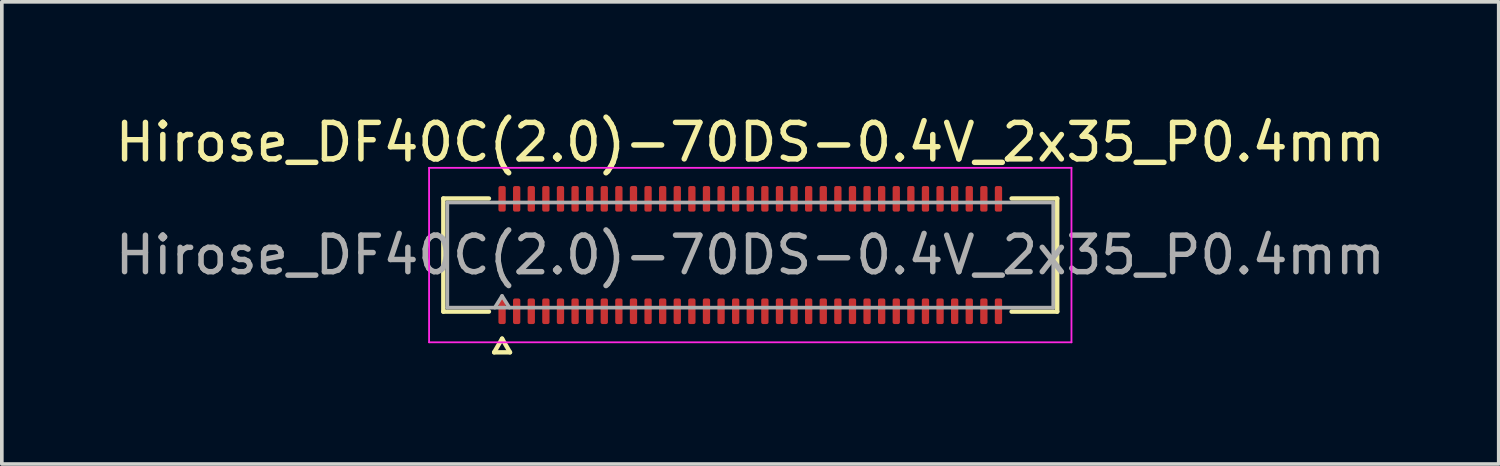
<source format=kicad_pcb>
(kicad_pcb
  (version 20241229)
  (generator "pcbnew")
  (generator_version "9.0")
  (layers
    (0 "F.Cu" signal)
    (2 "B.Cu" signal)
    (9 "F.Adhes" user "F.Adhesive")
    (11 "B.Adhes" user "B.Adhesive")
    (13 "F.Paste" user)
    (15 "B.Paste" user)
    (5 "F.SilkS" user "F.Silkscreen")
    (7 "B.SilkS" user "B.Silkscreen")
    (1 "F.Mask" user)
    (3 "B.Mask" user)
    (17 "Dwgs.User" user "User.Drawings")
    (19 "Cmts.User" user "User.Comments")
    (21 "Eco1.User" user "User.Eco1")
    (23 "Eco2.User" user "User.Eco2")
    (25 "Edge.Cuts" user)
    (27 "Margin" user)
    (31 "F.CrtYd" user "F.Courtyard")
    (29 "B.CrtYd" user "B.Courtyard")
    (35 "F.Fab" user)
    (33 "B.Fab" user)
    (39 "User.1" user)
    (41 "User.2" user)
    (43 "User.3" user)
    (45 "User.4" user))
  (footprint "Hirose_DF40C(2.0)-70DS-0.4V_2x35_P0.4mm"
    (layer "F.Cu")
    (at 17.506 3.938)
    (property "Reference" "Hirose_DF40C(2.0)-70DS-0.4V_2x35_P0.4mm" (at 0 -3.09 0) (layer "F.SilkS") (effects (font (size 1 1) (thickness 0.15))))
    (attr smd)
    (fp_line (start -8.41 -1.55) (end -7.16 -1.55) (stroke (width 0.12) (type solid)) (layer "F.SilkS"))
    (fp_line (start -8.41 1.55) (end -8.41 -1.55) (stroke (width 0.12) (type solid)) (layer "F.SilkS"))
    (fp_line (start -7.16 1.55) (end -8.41 1.55) (stroke (width 0.12) (type solid)) (layer "F.SilkS"))
    (fp_line (start -7.017 2.665) (end -6.8 2.29) (stroke (width 0.12) (type solid)) (layer "F.SilkS"))
    (fp_line (start -6.8 2.29) (end -6.583 2.665) (stroke (width 0.12) (type solid)) (layer "F.SilkS"))
    (fp_line (start -6.583 2.665) (end -7.017 2.665) (stroke (width 0.12) (type solid)) (layer "F.SilkS"))
    (fp_line (start 7.16 -1.55) (end 8.41 -1.55) (stroke (width 0.12) (type solid)) (layer "F.SilkS"))
    (fp_line (start 8.41 -1.55) (end 8.41 1.55) (stroke (width 0.12) (type solid)) (layer "F.SilkS"))
    (fp_line (start 8.41 1.55) (end 7.16 1.55) (stroke (width 0.12) (type solid)) (layer "F.SilkS"))
    (fp_line (start -8.8 -2.39) (end -8.8 2.39) (stroke (width 0.05) (type solid)) (layer "F.CrtYd"))
    (fp_line (start -8.8 2.39) (end 8.8 2.39) (stroke (width 0.05) (type solid)) (layer "F.CrtYd"))
    (fp_line (start 8.8 -2.39) (end -8.8 -2.39) (stroke (width 0.05) (type solid)) (layer "F.CrtYd"))
    (fp_line (start 8.8 2.39) (end 8.8 -2.39) (stroke (width 0.05) (type solid)) (layer "F.CrtYd"))
    (fp_line (start -8.3 -1.44) (end 8.3 -1.44) (stroke (width 0.1) (type solid)) (layer "F.Fab"))
    (fp_line (start -8.3 1.44) (end -8.3 -1.44) (stroke (width 0.1) (type solid)) (layer "F.Fab"))
    (fp_line (start -7 1.44) (end -6.8 1.12) (stroke (width 0.1) (type solid)) (layer "F.Fab"))
    (fp_line (start -6.8 1.12) (end -6.6 1.44) (stroke (width 0.1) (type solid)) (layer "F.Fab"))
    (fp_line (start 8.3 -1.44) (end 8.3 1.44) (stroke (width 0.1) (type solid)) (layer "F.Fab"))
    (fp_line (start 8.3 1.44) (end -8.3 1.44) (stroke (width 0.1) (type solid)) (layer "F.Fab"))
    (fp_text user "${REFERENCE}" (at 0 0 0) (layer "F.Fab") (effects (font (size 1 1) (thickness 0.15))))
    (pad "1" smd roundrect (at -6.8 1.54) (size 0.2 0.7) (layers "F.Cu" "F.Mask" "F.Paste") (roundrect_rratio 0.25))
    (pad "2" smd roundrect (at -6.8 -1.54) (size 0.2 0.7) (layers "F.Cu" "F.Mask" "F.Paste") (roundrect_rratio 0.25))
    (pad "3" smd roundrect (at -6.4 1.54) (size 0.2 0.7) (layers "F.Cu" "F.Mask" "F.Paste") (roundrect_rratio 0.25))
    (pad "4" smd roundrect (at -6.4 -1.54) (size 0.2 0.7) (layers "F.Cu" "F.Mask" "F.Paste") (roundrect_rratio 0.25))
    (pad "5" smd roundrect (at -6 1.54) (size 0.2 0.7) (layers "F.Cu" "F.Mask" "F.Paste") (roundrect_rratio 0.25))
    (pad "6" smd roundrect (at -6 -1.54) (size 0.2 0.7) (layers "F.Cu" "F.Mask" "F.Paste") (roundrect_rratio 0.25))
    (pad "7" smd roundrect (at -5.6 1.54) (size 0.2 0.7) (layers "F.Cu" "F.Mask" "F.Paste") (roundrect_rratio 0.25))
    (pad "8" smd roundrect (at -5.6 -1.54) (size 0.2 0.7) (layers "F.Cu" "F.Mask" "F.Paste") (roundrect_rratio 0.25))
    (pad "9" smd roundrect (at -5.2 1.54) (size 0.2 0.7) (layers "F.Cu" "F.Mask" "F.Paste") (roundrect_rratio 0.25))
    (pad "10" smd roundrect (at -5.2 -1.54) (size 0.2 0.7) (layers "F.Cu" "F.Mask" "F.Paste") (roundrect_rratio 0.25))
    (pad "11" smd roundrect (at -4.8 1.54) (size 0.2 0.7) (layers "F.Cu" "F.Mask" "F.Paste") (roundrect_rratio 0.25))
    (pad "12" smd roundrect (at -4.8 -1.54) (size 0.2 0.7) (layers "F.Cu" "F.Mask" "F.Paste") (roundrect_rratio 0.25))
    (pad "13" smd roundrect (at -4.4 1.54) (size 0.2 0.7) (layers "F.Cu" "F.Mask" "F.Paste") (roundrect_rratio 0.25))
    (pad "14" smd roundrect (at -4.4 -1.54) (size 0.2 0.7) (layers "F.Cu" "F.Mask" "F.Paste") (roundrect_rratio 0.25))
    (pad "15" smd roundrect (at -4 1.54) (size 0.2 0.7) (layers "F.Cu" "F.Mask" "F.Paste") (roundrect_rratio 0.25))
    (pad "16" smd roundrect (at -4 -1.54) (size 0.2 0.7) (layers "F.Cu" "F.Mask" "F.Paste") (roundrect_rratio 0.25))
    (pad "17" smd roundrect (at -3.6 1.54) (size 0.2 0.7) (layers "F.Cu" "F.Mask" "F.Paste") (roundrect_rratio 0.25))
    (pad "18" smd roundrect (at -3.6 -1.54) (size 0.2 0.7) (layers "F.Cu" "F.Mask" "F.Paste") (roundrect_rratio 0.25))
    (pad "19" smd roundrect (at -3.2 1.54) (size 0.2 0.7) (layers "F.Cu" "F.Mask" "F.Paste") (roundrect_rratio 0.25))
    (pad "20" smd roundrect (at -3.2 -1.54) (size 0.2 0.7) (layers "F.Cu" "F.Mask" "F.Paste") (roundrect_rratio 0.25))
    (pad "21" smd roundrect (at -2.8 1.54) (size 0.2 0.7) (layers "F.Cu" "F.Mask" "F.Paste") (roundrect_rratio 0.25))
    (pad "22" smd roundrect (at -2.8 -1.54) (size 0.2 0.7) (layers "F.Cu" "F.Mask" "F.Paste") (roundrect_rratio 0.25))
    (pad "23" smd roundrect (at -2.4 1.54) (size 0.2 0.7) (layers "F.Cu" "F.Mask" "F.Paste") (roundrect_rratio 0.25))
    (pad "24" smd roundrect (at -2.4 -1.54) (size 0.2 0.7) (layers "F.Cu" "F.Mask" "F.Paste") (roundrect_rratio 0.25))
    (pad "25" smd roundrect (at -2 1.54) (size 0.2 0.7) (layers "F.Cu" "F.Mask" "F.Paste") (roundrect_rratio 0.25))
    (pad "26" smd roundrect (at -2 -1.54) (size 0.2 0.7) (layers "F.Cu" "F.Mask" "F.Paste") (roundrect_rratio 0.25))
    (pad "27" smd roundrect (at -1.6 1.54) (size 0.2 0.7) (layers "F.Cu" "F.Mask" "F.Paste") (roundrect_rratio 0.25))
    (pad "28" smd roundrect (at -1.6 -1.54) (size 0.2 0.7) (layers "F.Cu" "F.Mask" "F.Paste") (roundrect_rratio 0.25))
    (pad "29" smd roundrect (at -1.2 1.54) (size 0.2 0.7) (layers "F.Cu" "F.Mask" "F.Paste") (roundrect_rratio 0.25))
    (pad "30" smd roundrect (at -1.2 -1.54) (size 0.2 0.7) (layers "F.Cu" "F.Mask" "F.Paste") (roundrect_rratio 0.25))
    (pad "31" smd roundrect (at -0.8 1.54) (size 0.2 0.7) (layers "F.Cu" "F.Mask" "F.Paste") (roundrect_rratio 0.25))
    (pad "32" smd roundrect (at -0.8 -1.54) (size 0.2 0.7) (layers "F.Cu" "F.Mask" "F.Paste") (roundrect_rratio 0.25))
    (pad "33" smd roundrect (at -0.4 1.54) (size 0.2 0.7) (layers "F.Cu" "F.Mask" "F.Paste") (roundrect_rratio 0.25))
    (pad "34" smd roundrect (at -0.4 -1.54) (size 0.2 0.7) (layers "F.Cu" "F.Mask" "F.Paste") (roundrect_rratio 0.25))
    (pad "35" smd roundrect (at 0 1.54) (size 0.2 0.7) (layers "F.Cu" "F.Mask" "F.Paste") (roundrect_rratio 0.25))
    (pad "36" smd roundrect (at 0 -1.54) (size 0.2 0.7) (layers "F.Cu" "F.Mask" "F.Paste") (roundrect_rratio 0.25))
    (pad "37" smd roundrect (at 0.4 1.54) (size 0.2 0.7) (layers "F.Cu" "F.Mask" "F.Paste") (roundrect_rratio 0.25))
    (pad "38" smd roundrect (at 0.4 -1.54) (size 0.2 0.7) (layers "F.Cu" "F.Mask" "F.Paste") (roundrect_rratio 0.25))
    (pad "39" smd roundrect (at 0.8 1.54) (size 0.2 0.7) (layers "F.Cu" "F.Mask" "F.Paste") (roundrect_rratio 0.25))
    (pad "40" smd roundrect (at 0.8 -1.54) (size 0.2 0.7) (layers "F.Cu" "F.Mask" "F.Paste") (roundrect_rratio 0.25))
    (pad "41" smd roundrect (at 1.2 1.54) (size 0.2 0.7) (layers "F.Cu" "F.Mask" "F.Paste") (roundrect_rratio 0.25))
    (pad "42" smd roundrect (at 1.2 -1.54) (size 0.2 0.7) (layers "F.Cu" "F.Mask" "F.Paste") (roundrect_rratio 0.25))
    (pad "43" smd roundrect (at 1.6 1.54) (size 0.2 0.7) (layers "F.Cu" "F.Mask" "F.Paste") (roundrect_rratio 0.25))
    (pad "44" smd roundrect (at 1.6 -1.54) (size 0.2 0.7) (layers "F.Cu" "F.Mask" "F.Paste") (roundrect_rratio 0.25))
    (pad "45" smd roundrect (at 2 1.54) (size 0.2 0.7) (layers "F.Cu" "F.Mask" "F.Paste") (roundrect_rratio 0.25))
    (pad "46" smd roundrect (at 2 -1.54) (size 0.2 0.7) (layers "F.Cu" "F.Mask" "F.Paste") (roundrect_rratio 0.25))
    (pad "47" smd roundrect (at 2.4 1.54) (size 0.2 0.7) (layers "F.Cu" "F.Mask" "F.Paste") (roundrect_rratio 0.25))
    (pad "48" smd roundrect (at 2.4 -1.54) (size 0.2 0.7) (layers "F.Cu" "F.Mask" "F.Paste") (roundrect_rratio 0.25))
    (pad "49" smd roundrect (at 2.8 1.54) (size 0.2 0.7) (layers "F.Cu" "F.Mask" "F.Paste") (roundrect_rratio 0.25))
    (pad "50" smd roundrect (at 2.8 -1.54) (size 0.2 0.7) (layers "F.Cu" "F.Mask" "F.Paste") (roundrect_rratio 0.25))
    (pad "51" smd roundrect (at 3.2 1.54) (size 0.2 0.7) (layers "F.Cu" "F.Mask" "F.Paste") (roundrect_rratio 0.25))
    (pad "52" smd roundrect (at 3.2 -1.54) (size 0.2 0.7) (layers "F.Cu" "F.Mask" "F.Paste") (roundrect_rratio 0.25))
    (pad "53" smd roundrect (at 3.6 1.54) (size 0.2 0.7) (layers "F.Cu" "F.Mask" "F.Paste") (roundrect_rratio 0.25))
    (pad "54" smd roundrect (at 3.6 -1.54) (size 0.2 0.7) (layers "F.Cu" "F.Mask" "F.Paste") (roundrect_rratio 0.25))
    (pad "55" smd roundrect (at 4 1.54) (size 0.2 0.7) (layers "F.Cu" "F.Mask" "F.Paste") (roundrect_rratio 0.25))
    (pad "56" smd roundrect (at 4 -1.54) (size 0.2 0.7) (layers "F.Cu" "F.Mask" "F.Paste") (roundrect_rratio 0.25))
    (pad "57" smd roundrect (at 4.4 1.54) (size 0.2 0.7) (layers "F.Cu" "F.Mask" "F.Paste") (roundrect_rratio 0.25))
    (pad "58" smd roundrect (at 4.4 -1.54) (size 0.2 0.7) (layers "F.Cu" "F.Mask" "F.Paste") (roundrect_rratio 0.25))
    (pad "59" smd roundrect (at 4.8 1.54) (size 0.2 0.7) (layers "F.Cu" "F.Mask" "F.Paste") (roundrect_rratio 0.25))
    (pad "60" smd roundrect (at 4.8 -1.54) (size 0.2 0.7) (layers "F.Cu" "F.Mask" "F.Paste") (roundrect_rratio 0.25))
    (pad "61" smd roundrect (at 5.2 1.54) (size 0.2 0.7) (layers "F.Cu" "F.Mask" "F.Paste") (roundrect_rratio 0.25))
    (pad "62" smd roundrect (at 5.2 -1.54) (size 0.2 0.7) (layers "F.Cu" "F.Mask" "F.Paste") (roundrect_rratio 0.25))
    (pad "63" smd roundrect (at 5.6 1.54) (size 0.2 0.7) (layers "F.Cu" "F.Mask" "F.Paste") (roundrect_rratio 0.25))
    (pad "64" smd roundrect (at 5.6 -1.54) (size 0.2 0.7) (layers "F.Cu" "F.Mask" "F.Paste") (roundrect_rratio 0.25))
    (pad "65" smd roundrect (at 6 1.54) (size 0.2 0.7) (layers "F.Cu" "F.Mask" "F.Paste") (roundrect_rratio 0.25))
    (pad "66" smd roundrect (at 6 -1.54) (size 0.2 0.7) (layers "F.Cu" "F.Mask" "F.Paste") (roundrect_rratio 0.25))
    (pad "67" smd roundrect (at 6.4 1.54) (size 0.2 0.7) (layers "F.Cu" "F.Mask" "F.Paste") (roundrect_rratio 0.25))
    (pad "68" smd roundrect (at 6.4 -1.54) (size 0.2 0.7) (layers "F.Cu" "F.Mask" "F.Paste") (roundrect_rratio 0.25))
    (pad "69" smd roundrect (at 6.8 1.54) (size 0.2 0.7) (layers "F.Cu" "F.Mask" "F.Paste") (roundrect_rratio 0.25))
    (pad "70" smd roundrect (at 6.8 -1.54) (size 0.2 0.7) (layers "F.Cu" "F.Mask" "F.Paste") (roundrect_rratio 0.25)))
  (gr_rect
    (start -3 -3)
    (end 38.012 9.663)
    (stroke (width 0.1) (type default))
    (fill no)
    (layer "Edge.Cuts")))
</source>
